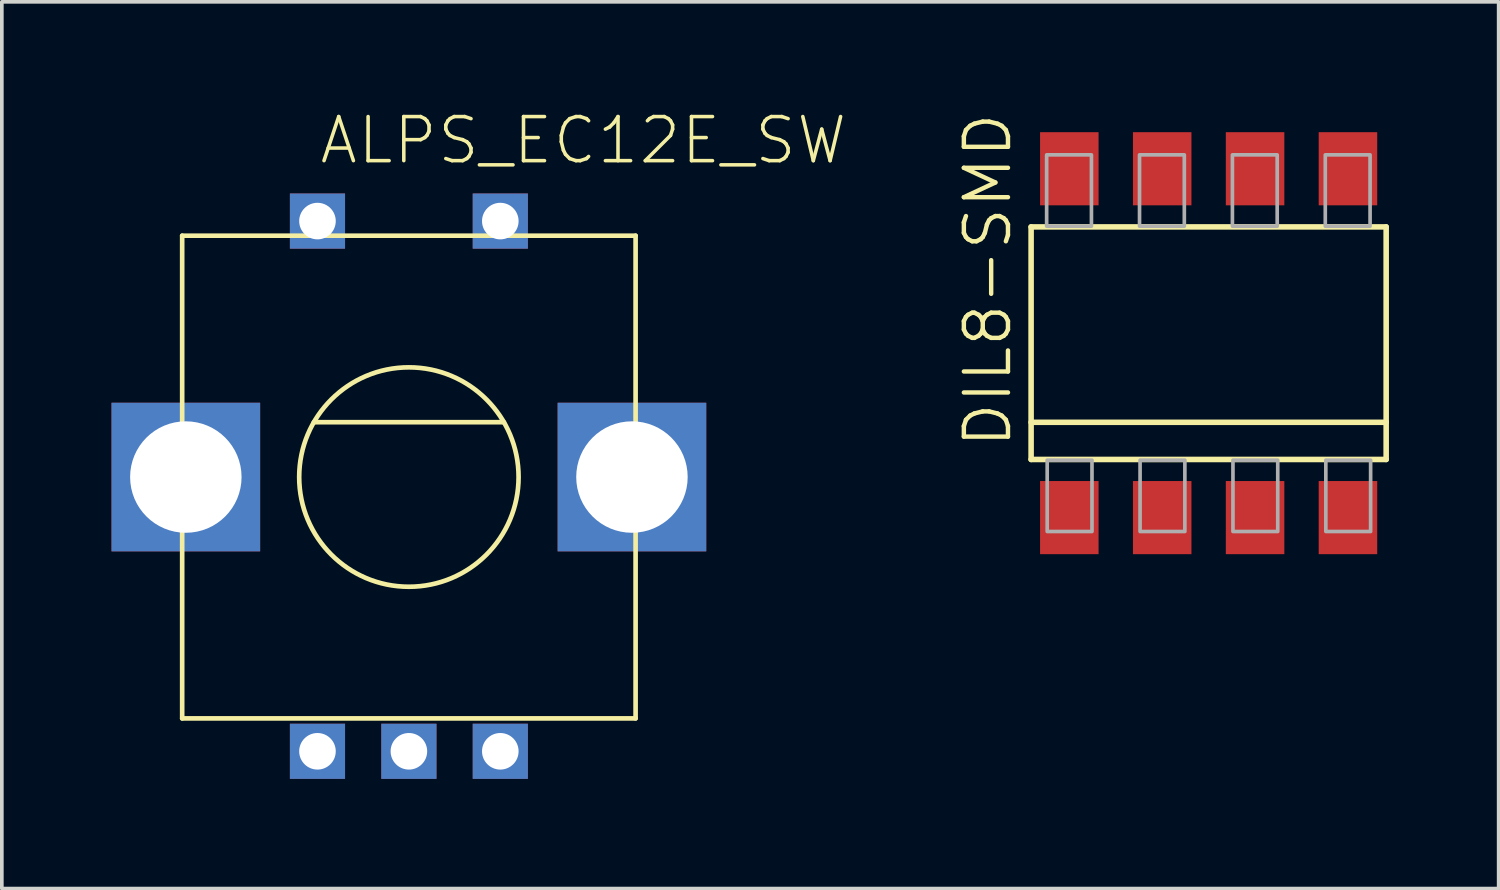
<source format=kicad_pcb>
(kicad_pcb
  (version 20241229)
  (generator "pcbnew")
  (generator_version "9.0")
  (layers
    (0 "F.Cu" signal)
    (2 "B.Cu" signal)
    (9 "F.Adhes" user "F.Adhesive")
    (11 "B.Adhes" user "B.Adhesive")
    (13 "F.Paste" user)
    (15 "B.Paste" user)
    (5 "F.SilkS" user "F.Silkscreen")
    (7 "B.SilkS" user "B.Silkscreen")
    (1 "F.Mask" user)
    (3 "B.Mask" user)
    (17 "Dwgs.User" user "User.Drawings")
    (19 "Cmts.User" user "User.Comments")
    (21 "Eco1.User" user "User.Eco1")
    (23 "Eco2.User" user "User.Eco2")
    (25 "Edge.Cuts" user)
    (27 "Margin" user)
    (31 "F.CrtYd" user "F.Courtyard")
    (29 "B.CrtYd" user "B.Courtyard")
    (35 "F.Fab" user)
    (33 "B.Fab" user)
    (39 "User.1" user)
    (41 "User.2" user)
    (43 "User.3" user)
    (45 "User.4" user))
  (footprint "DIL8-SMD"
    (layer "F.Cu")
    (at 30.003 6.335)
    (property "Reference" "DIL8-SMD" (at -5.334 2.921 270) (layer "F.SilkS") (effects (font (size 1.206 1.206) (thickness 0.121)) (justify left bottom)))
    (attr through_hole)
    (fp_line (start -4.855 -3.18) (end 4.855 -3.18) (stroke (width 0.152) (type solid)) (layer "F.SilkS"))
    (fp_line (start -4.855 3.18) (end -4.855 -3.18) (stroke (width 0.152) (type solid)) (layer "F.SilkS"))
    (fp_line (start 4.855 -3.18) (end 4.855 2.164) (stroke (width 0.152) (type solid)) (layer "F.SilkS"))
    (fp_line (start 4.855 2.164) (end -4.855 2.164) (stroke (width 0.152) (type solid)) (layer "F.SilkS"))
    (fp_line (start 4.855 2.164) (end 4.855 3.18) (stroke (width 0.152) (type solid)) (layer "F.SilkS"))
    (fp_line (start 4.855 3.18) (end -4.855 3.18) (stroke (width 0.152) (type solid)) (layer "F.SilkS"))
    (fp_poly (pts (xy -4.415 5.15) (xy -3.19 5.15) (xy -3.19 3.2) (xy -4.415 3.2)) (stroke (width 0.1) (type solid)) (fill no) (layer "F.Fab"))
    (fp_poly (pts (xy -3.205 -5.15) (xy -4.43 -5.15) (xy -4.43 -3.2) (xy -3.205 -3.2)) (stroke (width 0.1) (type solid)) (fill no) (layer "F.Fab"))
    (fp_poly (pts (xy -1.875 5.15) (xy -0.65 5.15) (xy -0.65 3.2) (xy -1.875 3.2)) (stroke (width 0.1) (type solid)) (fill no) (layer "F.Fab"))
    (fp_poly (pts (xy -0.665 -5.15) (xy -1.89 -5.15) (xy -1.89 -3.2) (xy -0.665 -3.2)) (stroke (width 0.1) (type solid)) (fill no) (layer "F.Fab"))
    (fp_poly (pts (xy 0.665 5.15) (xy 1.89 5.15) (xy 1.89 3.2) (xy 0.665 3.2)) (stroke (width 0.1) (type solid)) (fill no) (layer "F.Fab"))
    (fp_poly (pts (xy 1.875 -5.15) (xy 0.65 -5.15) (xy 0.65 -3.2) (xy 1.875 -3.2)) (stroke (width 0.1) (type solid)) (fill no) (layer "F.Fab"))
    (fp_poly (pts (xy 3.205 5.15) (xy 4.43 5.15) (xy 4.43 3.2) (xy 3.205 3.2)) (stroke (width 0.1) (type solid)) (fill no) (layer "F.Fab"))
    (fp_poly (pts (xy 4.415 -5.15) (xy 3.19 -5.15) (xy 3.19 -3.2) (xy 4.415 -3.2)) (stroke (width 0.1) (type solid)) (fill no) (layer "F.Fab"))
    (pad "1" smd rect (at -3.81 4.77) (size 1.6 2) (layers "F.Cu" "F.Mask" "F.Paste"))
    (pad "2" smd rect (at -1.27 4.77) (size 1.6 2) (layers "F.Cu" "F.Mask" "F.Paste"))
    (pad "3" smd rect (at 1.27 4.77) (size 1.6 2) (layers "F.Cu" "F.Mask" "F.Paste"))
    (pad "4" smd rect (at 3.81 4.77) (size 1.6 2) (layers "F.Cu" "F.Mask" "F.Paste"))
    (pad "5" smd rect (at 3.81 -4.77 180) (size 1.6 2) (layers "F.Cu" "F.Mask" "F.Paste"))
    (pad "6" smd rect (at 1.27 -4.77 180) (size 1.6 2) (layers "F.Cu" "F.Mask" "F.Paste"))
    (pad "7" smd rect (at -1.27 -4.77 180) (size 1.6 2) (layers "F.Cu" "F.Mask" "F.Paste"))
    (pad "8" smd rect (at -3.81 -4.77 180) (size 1.6 2) (layers "F.Cu" "F.Mask" "F.Paste")))
  (footprint "ALPS_EC12E_SW"
    (layer "F.Cu")
    (at 8.132 9.996)
    (property "Reference" "ALPS_EC12E_SW" (at -2.5 -8.5 0) (layer "F.SilkS") (effects (font (size 1.206 1.206) (thickness 0.097)) (justify left bottom)))
    (attr through_hole)
    (fp_line (start -6.2 -6.6) (end -6.2 6.6) (stroke (width 0.127) (type solid)) (layer "F.SilkS"))
    (fp_line (start -6.2 6.6) (end 6.2 6.6) (stroke (width 0.127) (type solid)) (layer "F.SilkS"))
    (fp_line (start -2.6 -1.5) (end 2.6 -1.5) (stroke (width 0.127) (type solid)) (layer "F.SilkS"))
    (fp_line (start 6.2 -6.6) (end -6.2 -6.6) (stroke (width 0.127) (type solid)) (layer "F.SilkS"))
    (fp_line (start 6.2 6.6) (end 6.2 -6.6) (stroke (width 0.127) (type solid)) (layer "F.SilkS"))
    (fp_circle (center 0 0) (end 3 0) (stroke (width 0.127) (type solid)) (fill no) (layer "F.SilkS"))
    (pad "A" thru_hole rect (at -2.5 7.5) (size 1.508 1.508) (drill 1) (layers "*.Cu" "*.Mask"))
    (pad "B" thru_hole rect (at 2.5 7.5) (size 1.508 1.508) (drill 1) (layers "*.Cu" "*.Mask"))
    (pad "C" thru_hole rect (at 0 7.5) (size 1.508 1.508) (drill 1) (layers "*.Cu" "*.Mask"))
    (pad "D" thru_hole rect (at -2.5 -7) (size 1.508 1.508) (drill 1) (layers "*.Cu" "*.Mask"))
    (pad "E" thru_hole rect (at 2.5 -7) (size 1.508 1.508) (drill 1) (layers "*.Cu" "*.Mask"))
    (pad "GND1" thru_hole rect (at -6.1 0) (size 4.064 4.064) (drill 3.048) (layers "*.Cu" "*.Mask"))
    (pad "GND2" thru_hole rect (at 6.1 0) (size 4.064 4.064) (drill 3.048) (layers "*.Cu" "*.Mask")))
  (gr_rect
    (start -3 -3)
    (end 37.934 21.25)
    (stroke (width 0.1) (type default))
    (fill no)
    (layer "Edge.Cuts")))
</source>
